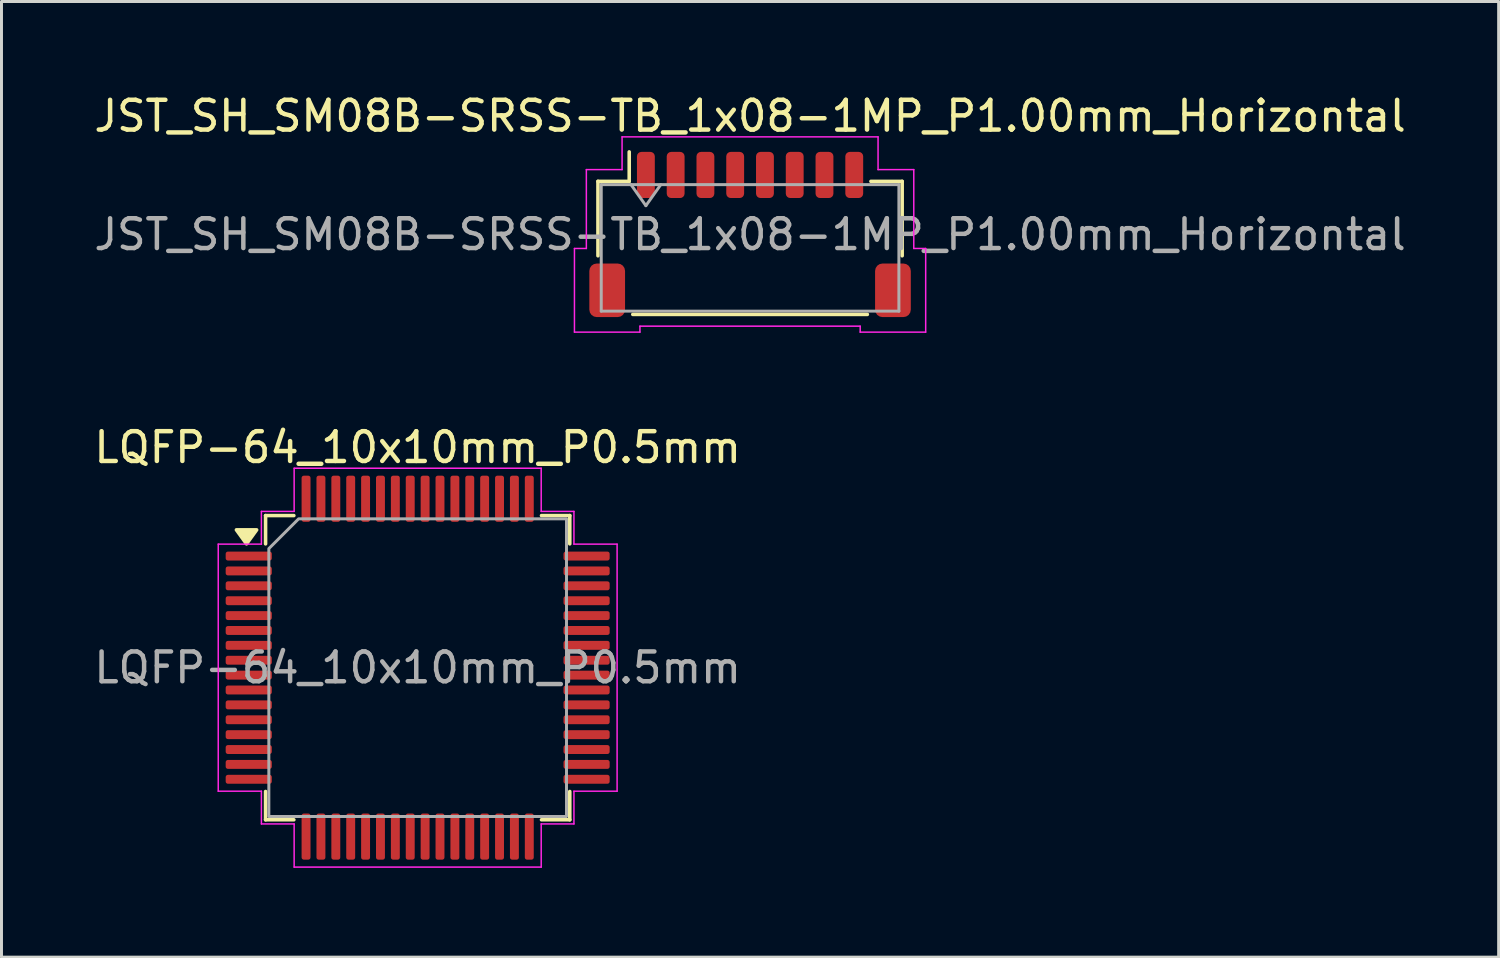
<source format=kicad_pcb>
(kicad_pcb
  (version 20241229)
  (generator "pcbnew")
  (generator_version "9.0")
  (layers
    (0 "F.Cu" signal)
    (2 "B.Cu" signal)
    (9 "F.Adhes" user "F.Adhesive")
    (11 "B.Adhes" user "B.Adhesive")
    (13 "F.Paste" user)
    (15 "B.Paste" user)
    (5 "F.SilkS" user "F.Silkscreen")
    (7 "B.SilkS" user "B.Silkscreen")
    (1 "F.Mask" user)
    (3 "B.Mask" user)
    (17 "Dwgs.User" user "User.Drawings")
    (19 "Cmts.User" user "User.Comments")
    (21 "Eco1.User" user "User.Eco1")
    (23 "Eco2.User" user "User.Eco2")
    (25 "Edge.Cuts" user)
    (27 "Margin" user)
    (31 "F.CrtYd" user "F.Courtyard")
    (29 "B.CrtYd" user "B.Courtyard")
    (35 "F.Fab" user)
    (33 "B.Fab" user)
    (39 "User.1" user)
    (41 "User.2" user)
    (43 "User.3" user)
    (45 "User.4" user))
  (footprint "JST_SH_SM08B-SRSS-TB_1x08-1MP_P1.00mm_Horizontal"
    (layer "F.Cu")
    (at 22.149 4.828)
    (property "Reference" "JST_SH_SM08B-SRSS-TB_1x08-1MP_P1.00mm_Horizontal" (at 0 -3.98 0) (layer "F.SilkS") (effects (font (size 1 1) (thickness 0.15))))
    (attr smd)
    (fp_line (start -5.11 -1.785) (end -4.06 -1.785) (stroke (width 0.12) (type solid)) (layer "F.SilkS"))
    (fp_line (start -5.11 0.715) (end -5.11 -1.785) (stroke (width 0.12) (type solid)) (layer "F.SilkS"))
    (fp_line (start -4.06 -1.785) (end -4.06 -2.775) (stroke (width 0.12) (type solid)) (layer "F.SilkS"))
    (fp_line (start -3.94 2.685) (end 3.94 2.685) (stroke (width 0.12) (type solid)) (layer "F.SilkS"))
    (fp_line (start 5.11 -1.785) (end 4.06 -1.785) (stroke (width 0.12) (type solid)) (layer "F.SilkS"))
    (fp_line (start 5.11 0.715) (end 5.11 -1.785) (stroke (width 0.12) (type solid)) (layer "F.SilkS"))
    (fp_line (start -5.9 0.47) (end -5.5 0.47) (stroke (width 0.05) (type solid)) (layer "F.CrtYd"))
    (fp_line (start -5.9 3.28) (end -5.9 0.47) (stroke (width 0.05) (type solid)) (layer "F.CrtYd"))
    (fp_line (start -5.5 -2.18) (end -4.3 -2.18) (stroke (width 0.05) (type solid)) (layer "F.CrtYd"))
    (fp_line (start -5.5 0.47) (end -5.5 -2.18) (stroke (width 0.05) (type solid)) (layer "F.CrtYd"))
    (fp_line (start -4.3 -3.28) (end 4.3 -3.28) (stroke (width 0.05) (type solid)) (layer "F.CrtYd"))
    (fp_line (start -4.3 -2.18) (end -4.3 -3.28) (stroke (width 0.05) (type solid)) (layer "F.CrtYd"))
    (fp_line (start -3.7 3.08) (end -3.7 3.28) (stroke (width 0.05) (type solid)) (layer "F.CrtYd"))
    (fp_line (start -3.7 3.28) (end -5.9 3.28) (stroke (width 0.05) (type solid)) (layer "F.CrtYd"))
    (fp_line (start 3.7 3.08) (end -3.7 3.08) (stroke (width 0.05) (type solid)) (layer "F.CrtYd"))
    (fp_line (start 3.7 3.28) (end 3.7 3.08) (stroke (width 0.05) (type solid)) (layer "F.CrtYd"))
    (fp_line (start 4.3 -3.28) (end 4.3 -2.18) (stroke (width 0.05) (type solid)) (layer "F.CrtYd"))
    (fp_line (start 4.3 -2.18) (end 5.5 -2.18) (stroke (width 0.05) (type solid)) (layer "F.CrtYd"))
    (fp_line (start 5.5 -2.18) (end 5.5 0.47) (stroke (width 0.05) (type solid)) (layer "F.CrtYd"))
    (fp_line (start 5.5 0.47) (end 5.9 0.47) (stroke (width 0.05) (type solid)) (layer "F.CrtYd"))
    (fp_line (start 5.9 0.47) (end 5.9 3.28) (stroke (width 0.05) (type solid)) (layer "F.CrtYd"))
    (fp_line (start 5.9 3.28) (end 3.7 3.28) (stroke (width 0.05) (type solid)) (layer "F.CrtYd"))
    (fp_line (start -5 -1.675) (end -5 2.575) (stroke (width 0.1) (type solid)) (layer "F.Fab"))
    (fp_line (start -5 -1.675) (end 5 -1.675) (stroke (width 0.1) (type solid)) (layer "F.Fab"))
    (fp_line (start -5 2.575) (end 5 2.575) (stroke (width 0.1) (type solid)) (layer "F.Fab"))
    (fp_line (start -4 -1.675) (end -3.5 -0.968) (stroke (width 0.1) (type solid)) (layer "F.Fab"))
    (fp_line (start -3.5 -0.968) (end -3 -1.675) (stroke (width 0.1) (type solid)) (layer "F.Fab"))
    (fp_line (start 5 -1.675) (end 5 2.575) (stroke (width 0.1) (type solid)) (layer "F.Fab"))
    (fp_text user "${REFERENCE}" (at 0 0 0) (layer "F.Fab") (effects (font (size 1 1) (thickness 0.15))))
    (pad "1" smd roundrect (at -3.5 -2) (size 0.6 1.55) (layers "F.Cu" "F.Mask" "F.Paste") (roundrect_rratio 0.25))
    (pad "2" smd roundrect (at -2.5 -2) (size 0.6 1.55) (layers "F.Cu" "F.Mask" "F.Paste") (roundrect_rratio 0.25))
    (pad "3" smd roundrect (at -1.5 -2) (size 0.6 1.55) (layers "F.Cu" "F.Mask" "F.Paste") (roundrect_rratio 0.25))
    (pad "4" smd roundrect (at -0.5 -2) (size 0.6 1.55) (layers "F.Cu" "F.Mask" "F.Paste") (roundrect_rratio 0.25))
    (pad "5" smd roundrect (at 0.5 -2) (size 0.6 1.55) (layers "F.Cu" "F.Mask" "F.Paste") (roundrect_rratio 0.25))
    (pad "6" smd roundrect (at 1.5 -2) (size 0.6 1.55) (layers "F.Cu" "F.Mask" "F.Paste") (roundrect_rratio 0.25))
    (pad "7" smd roundrect (at 2.5 -2) (size 0.6 1.55) (layers "F.Cu" "F.Mask" "F.Paste") (roundrect_rratio 0.25))
    (pad "8" smd roundrect (at 3.5 -2) (size 0.6 1.55) (layers "F.Cu" "F.Mask" "F.Paste") (roundrect_rratio 0.25))
    (pad "MP" smd roundrect (at -4.8 1.875) (size 1.2 1.8) (layers "F.Cu" "F.Mask" "F.Paste") (roundrect_rratio 0.208))
    (pad "MP" smd roundrect (at 4.8 1.875) (size 1.2 1.8) (layers "F.Cu" "F.Mask" "F.Paste") (roundrect_rratio 0.208)))
  (footprint "LQFP-64_10x10mm_P0.5mm"
    (layer "F.Cu")
    (at 10.982 19.381)
    (property "Reference" "LQFP-64_10x10mm_P0.5mm" (at 0 -7.4 0) (layer "F.SilkS") (effects (font (size 1 1) (thickness 0.15))))
    (attr smd)
    (fp_line (start -5.11 -5.11) (end -4.16 -5.11) (stroke (width 0.12) (type solid)) (layer "F.SilkS"))
    (fp_line (start -5.11 -4.16) (end -5.11 -5.11) (stroke (width 0.12) (type solid)) (layer "F.SilkS"))
    (fp_line (start -5.11 5.11) (end -5.11 4.16) (stroke (width 0.12) (type solid)) (layer "F.SilkS"))
    (fp_line (start -4.16 5.11) (end -5.11 5.11) (stroke (width 0.12) (type solid)) (layer "F.SilkS"))
    (fp_line (start 4.16 -5.11) (end 5.11 -5.11) (stroke (width 0.12) (type solid)) (layer "F.SilkS"))
    (fp_line (start 5.11 -5.11) (end 5.11 -4.16) (stroke (width 0.12) (type solid)) (layer "F.SilkS"))
    (fp_line (start 5.11 4.16) (end 5.11 5.11) (stroke (width 0.12) (type solid)) (layer "F.SilkS"))
    (fp_line (start 5.11 5.11) (end 4.16 5.11) (stroke (width 0.12) (type solid)) (layer "F.SilkS"))
    (fp_poly (pts (xy -5.75 -4.16) (xy -6.09 -4.63) (xy -5.41 -4.63)) (stroke (width 0.12) (type solid)) (fill yes) (layer "F.SilkS"))
    (fp_line (start -6.7 -4.15) (end -5.25 -4.15) (stroke (width 0.05) (type solid)) (layer "F.CrtYd"))
    (fp_line (start -6.7 4.15) (end -6.7 -4.15) (stroke (width 0.05) (type solid)) (layer "F.CrtYd"))
    (fp_line (start -5.25 -5.25) (end -4.15 -5.25) (stroke (width 0.05) (type solid)) (layer "F.CrtYd"))
    (fp_line (start -5.25 -4.15) (end -5.25 -5.25) (stroke (width 0.05) (type solid)) (layer "F.CrtYd"))
    (fp_line (start -5.25 4.15) (end -6.7 4.15) (stroke (width 0.05) (type solid)) (layer "F.CrtYd"))
    (fp_line (start -5.25 5.25) (end -5.25 4.15) (stroke (width 0.05) (type solid)) (layer "F.CrtYd"))
    (fp_line (start -4.15 -6.7) (end 4.15 -6.7) (stroke (width 0.05) (type solid)) (layer "F.CrtYd"))
    (fp_line (start -4.15 -5.25) (end -4.15 -6.7) (stroke (width 0.05) (type solid)) (layer "F.CrtYd"))
    (fp_line (start -4.15 5.25) (end -5.25 5.25) (stroke (width 0.05) (type solid)) (layer "F.CrtYd"))
    (fp_line (start -4.15 6.7) (end -4.15 5.25) (stroke (width 0.05) (type solid)) (layer "F.CrtYd"))
    (fp_line (start 4.15 -6.7) (end 4.15 -5.25) (stroke (width 0.05) (type solid)) (layer "F.CrtYd"))
    (fp_line (start 4.15 -5.25) (end 5.25 -5.25) (stroke (width 0.05) (type solid)) (layer "F.CrtYd"))
    (fp_line (start 4.15 5.25) (end 4.15 6.7) (stroke (width 0.05) (type solid)) (layer "F.CrtYd"))
    (fp_line (start 4.15 6.7) (end -4.15 6.7) (stroke (width 0.05) (type solid)) (layer "F.CrtYd"))
    (fp_line (start 5.25 -5.25) (end 5.25 -4.15) (stroke (width 0.05) (type solid)) (layer "F.CrtYd"))
    (fp_line (start 5.25 -4.15) (end 6.7 -4.15) (stroke (width 0.05) (type solid)) (layer "F.CrtYd"))
    (fp_line (start 5.25 4.15) (end 5.25 5.25) (stroke (width 0.05) (type solid)) (layer "F.CrtYd"))
    (fp_line (start 5.25 5.25) (end 4.15 5.25) (stroke (width 0.05) (type solid)) (layer "F.CrtYd"))
    (fp_line (start 6.7 -4.15) (end 6.7 4.15) (stroke (width 0.05) (type solid)) (layer "F.CrtYd"))
    (fp_line (start 6.7 4.15) (end 5.25 4.15) (stroke (width 0.05) (type solid)) (layer "F.CrtYd"))
    (fp_poly (pts (xy -5 -4) (xy -5 5) (xy 5 5) (xy 5 -5) (xy -4 -5)) (stroke (width 0.1) (type solid)) (fill no) (layer "F.Fab"))
    (fp_text user "${REFERENCE}" (at 0 0 0) (layer "F.Fab") (effects (font (size 1 1) (thickness 0.15))))
    (pad "1" smd roundrect (at -5.675 -3.75) (size 1.55 0.3) (layers "F.Cu" "F.Mask" "F.Paste") (roundrect_rratio 0.25))
    (pad "2" smd roundrect (at -5.675 -3.25) (size 1.55 0.3) (layers "F.Cu" "F.Mask" "F.Paste") (roundrect_rratio 0.25))
    (pad "3" smd roundrect (at -5.675 -2.75) (size 1.55 0.3) (layers "F.Cu" "F.Mask" "F.Paste") (roundrect_rratio 0.25))
    (pad "4" smd roundrect (at -5.675 -2.25) (size 1.55 0.3) (layers "F.Cu" "F.Mask" "F.Paste") (roundrect_rratio 0.25))
    (pad "5" smd roundrect (at -5.675 -1.75) (size 1.55 0.3) (layers "F.Cu" "F.Mask" "F.Paste") (roundrect_rratio 0.25))
    (pad "6" smd roundrect (at -5.675 -1.25) (size 1.55 0.3) (layers "F.Cu" "F.Mask" "F.Paste") (roundrect_rratio 0.25))
    (pad "7" smd roundrect (at -5.675 -0.75) (size 1.55 0.3) (layers "F.Cu" "F.Mask" "F.Paste") (roundrect_rratio 0.25))
    (pad "8" smd roundrect (at -5.675 -0.25) (size 1.55 0.3) (layers "F.Cu" "F.Mask" "F.Paste") (roundrect_rratio 0.25))
    (pad "9" smd roundrect (at -5.675 0.25) (size 1.55 0.3) (layers "F.Cu" "F.Mask" "F.Paste") (roundrect_rratio 0.25))
    (pad "10" smd roundrect (at -5.675 0.75) (size 1.55 0.3) (layers "F.Cu" "F.Mask" "F.Paste") (roundrect_rratio 0.25))
    (pad "11" smd roundrect (at -5.675 1.25) (size 1.55 0.3) (layers "F.Cu" "F.Mask" "F.Paste") (roundrect_rratio 0.25))
    (pad "12" smd roundrect (at -5.675 1.75) (size 1.55 0.3) (layers "F.Cu" "F.Mask" "F.Paste") (roundrect_rratio 0.25))
    (pad "13" smd roundrect (at -5.675 2.25) (size 1.55 0.3) (layers "F.Cu" "F.Mask" "F.Paste") (roundrect_rratio 0.25))
    (pad "14" smd roundrect (at -5.675 2.75) (size 1.55 0.3) (layers "F.Cu" "F.Mask" "F.Paste") (roundrect_rratio 0.25))
    (pad "15" smd roundrect (at -5.675 3.25) (size 1.55 0.3) (layers "F.Cu" "F.Mask" "F.Paste") (roundrect_rratio 0.25))
    (pad "16" smd roundrect (at -5.675 3.75) (size 1.55 0.3) (layers "F.Cu" "F.Mask" "F.Paste") (roundrect_rratio 0.25))
    (pad "17" smd roundrect (at -3.75 5.675) (size 0.3 1.55) (layers "F.Cu" "F.Mask" "F.Paste") (roundrect_rratio 0.25))
    (pad "18" smd roundrect (at -3.25 5.675) (size 0.3 1.55) (layers "F.Cu" "F.Mask" "F.Paste") (roundrect_rratio 0.25))
    (pad "19" smd roundrect (at -2.75 5.675) (size 0.3 1.55) (layers "F.Cu" "F.Mask" "F.Paste") (roundrect_rratio 0.25))
    (pad "20" smd roundrect (at -2.25 5.675) (size 0.3 1.55) (layers "F.Cu" "F.Mask" "F.Paste") (roundrect_rratio 0.25))
    (pad "21" smd roundrect (at -1.75 5.675) (size 0.3 1.55) (layers "F.Cu" "F.Mask" "F.Paste") (roundrect_rratio 0.25))
    (pad "22" smd roundrect (at -1.25 5.675) (size 0.3 1.55) (layers "F.Cu" "F.Mask" "F.Paste") (roundrect_rratio 0.25))
    (pad "23" smd roundrect (at -0.75 5.675) (size 0.3 1.55) (layers "F.Cu" "F.Mask" "F.Paste") (roundrect_rratio 0.25))
    (pad "24" smd roundrect (at -0.25 5.675) (size 0.3 1.55) (layers "F.Cu" "F.Mask" "F.Paste") (roundrect_rratio 0.25))
    (pad "25" smd roundrect (at 0.25 5.675) (size 0.3 1.55) (layers "F.Cu" "F.Mask" "F.Paste") (roundrect_rratio 0.25))
    (pad "26" smd roundrect (at 0.75 5.675) (size 0.3 1.55) (layers "F.Cu" "F.Mask" "F.Paste") (roundrect_rratio 0.25))
    (pad "27" smd roundrect (at 1.25 5.675) (size 0.3 1.55) (layers "F.Cu" "F.Mask" "F.Paste") (roundrect_rratio 0.25))
    (pad "28" smd roundrect (at 1.75 5.675) (size 0.3 1.55) (layers "F.Cu" "F.Mask" "F.Paste") (roundrect_rratio 0.25))
    (pad "29" smd roundrect (at 2.25 5.675) (size 0.3 1.55) (layers "F.Cu" "F.Mask" "F.Paste") (roundrect_rratio 0.25))
    (pad "30" smd roundrect (at 2.75 5.675) (size 0.3 1.55) (layers "F.Cu" "F.Mask" "F.Paste") (roundrect_rratio 0.25))
    (pad "31" smd roundrect (at 3.25 5.675) (size 0.3 1.55) (layers "F.Cu" "F.Mask" "F.Paste") (roundrect_rratio 0.25))
    (pad "32" smd roundrect (at 3.75 5.675) (size 0.3 1.55) (layers "F.Cu" "F.Mask" "F.Paste") (roundrect_rratio 0.25))
    (pad "33" smd roundrect (at 5.675 3.75) (size 1.55 0.3) (layers "F.Cu" "F.Mask" "F.Paste") (roundrect_rratio 0.25))
    (pad "34" smd roundrect (at 5.675 3.25) (size 1.55 0.3) (layers "F.Cu" "F.Mask" "F.Paste") (roundrect_rratio 0.25))
    (pad "35" smd roundrect (at 5.675 2.75) (size 1.55 0.3) (layers "F.Cu" "F.Mask" "F.Paste") (roundrect_rratio 0.25))
    (pad "36" smd roundrect (at 5.675 2.25) (size 1.55 0.3) (layers "F.Cu" "F.Mask" "F.Paste") (roundrect_rratio 0.25))
    (pad "37" smd roundrect (at 5.675 1.75) (size 1.55 0.3) (layers "F.Cu" "F.Mask" "F.Paste") (roundrect_rratio 0.25))
    (pad "38" smd roundrect (at 5.675 1.25) (size 1.55 0.3) (layers "F.Cu" "F.Mask" "F.Paste") (roundrect_rratio 0.25))
    (pad "39" smd roundrect (at 5.675 0.75) (size 1.55 0.3) (layers "F.Cu" "F.Mask" "F.Paste") (roundrect_rratio 0.25))
    (pad "40" smd roundrect (at 5.675 0.25) (size 1.55 0.3) (layers "F.Cu" "F.Mask" "F.Paste") (roundrect_rratio 0.25))
    (pad "41" smd roundrect (at 5.675 -0.25) (size 1.55 0.3) (layers "F.Cu" "F.Mask" "F.Paste") (roundrect_rratio 0.25))
    (pad "42" smd roundrect (at 5.675 -0.75) (size 1.55 0.3) (layers "F.Cu" "F.Mask" "F.Paste") (roundrect_rratio 0.25))
    (pad "43" smd roundrect (at 5.675 -1.25) (size 1.55 0.3) (layers "F.Cu" "F.Mask" "F.Paste") (roundrect_rratio 0.25))
    (pad "44" smd roundrect (at 5.675 -1.75) (size 1.55 0.3) (layers "F.Cu" "F.Mask" "F.Paste") (roundrect_rratio 0.25))
    (pad "45" smd roundrect (at 5.675 -2.25) (size 1.55 0.3) (layers "F.Cu" "F.Mask" "F.Paste") (roundrect_rratio 0.25))
    (pad "46" smd roundrect (at 5.675 -2.75) (size 1.55 0.3) (layers "F.Cu" "F.Mask" "F.Paste") (roundrect_rratio 0.25))
    (pad "47" smd roundrect (at 5.675 -3.25) (size 1.55 0.3) (layers "F.Cu" "F.Mask" "F.Paste") (roundrect_rratio 0.25))
    (pad "48" smd roundrect (at 5.675 -3.75) (size 1.55 0.3) (layers "F.Cu" "F.Mask" "F.Paste") (roundrect_rratio 0.25))
    (pad "49" smd roundrect (at 3.75 -5.675) (size 0.3 1.55) (layers "F.Cu" "F.Mask" "F.Paste") (roundrect_rratio 0.25))
    (pad "50" smd roundrect (at 3.25 -5.675) (size 0.3 1.55) (layers "F.Cu" "F.Mask" "F.Paste") (roundrect_rratio 0.25))
    (pad "51" smd roundrect (at 2.75 -5.675) (size 0.3 1.55) (layers "F.Cu" "F.Mask" "F.Paste") (roundrect_rratio 0.25))
    (pad "52" smd roundrect (at 2.25 -5.675) (size 0.3 1.55) (layers "F.Cu" "F.Mask" "F.Paste") (roundrect_rratio 0.25))
    (pad "53" smd roundrect (at 1.75 -5.675) (size 0.3 1.55) (layers "F.Cu" "F.Mask" "F.Paste") (roundrect_rratio 0.25))
    (pad "54" smd roundrect (at 1.25 -5.675) (size 0.3 1.55) (layers "F.Cu" "F.Mask" "F.Paste") (roundrect_rratio 0.25))
    (pad "55" smd roundrect (at 0.75 -5.675) (size 0.3 1.55) (layers "F.Cu" "F.Mask" "F.Paste") (roundrect_rratio 0.25))
    (pad "56" smd roundrect (at 0.25 -5.675) (size 0.3 1.55) (layers "F.Cu" "F.Mask" "F.Paste") (roundrect_rratio 0.25))
    (pad "57" smd roundrect (at -0.25 -5.675) (size 0.3 1.55) (layers "F.Cu" "F.Mask" "F.Paste") (roundrect_rratio 0.25))
    (pad "58" smd roundrect (at -0.75 -5.675) (size 0.3 1.55) (layers "F.Cu" "F.Mask" "F.Paste") (roundrect_rratio 0.25))
    (pad "59" smd roundrect (at -1.25 -5.675) (size 0.3 1.55) (layers "F.Cu" "F.Mask" "F.Paste") (roundrect_rratio 0.25))
    (pad "60" smd roundrect (at -1.75 -5.675) (size 0.3 1.55) (layers "F.Cu" "F.Mask" "F.Paste") (roundrect_rratio 0.25))
    (pad "61" smd roundrect (at -2.25 -5.675) (size 0.3 1.55) (layers "F.Cu" "F.Mask" "F.Paste") (roundrect_rratio 0.25))
    (pad "62" smd roundrect (at -2.75 -5.675) (size 0.3 1.55) (layers "F.Cu" "F.Mask" "F.Paste") (roundrect_rratio 0.25))
    (pad "63" smd roundrect (at -3.25 -5.675) (size 0.3 1.55) (layers "F.Cu" "F.Mask" "F.Paste") (roundrect_rratio 0.25))
    (pad "64" smd roundrect (at -3.75 -5.675) (size 0.3 1.55) (layers "F.Cu" "F.Mask" "F.Paste") (roundrect_rratio 0.25)))
  (gr_rect
    (start -3 -3)
    (end 47.298 29.107)
    (stroke (width 0.1) (type default))
    (fill no)
    (layer "Edge.Cuts")))
</source>
